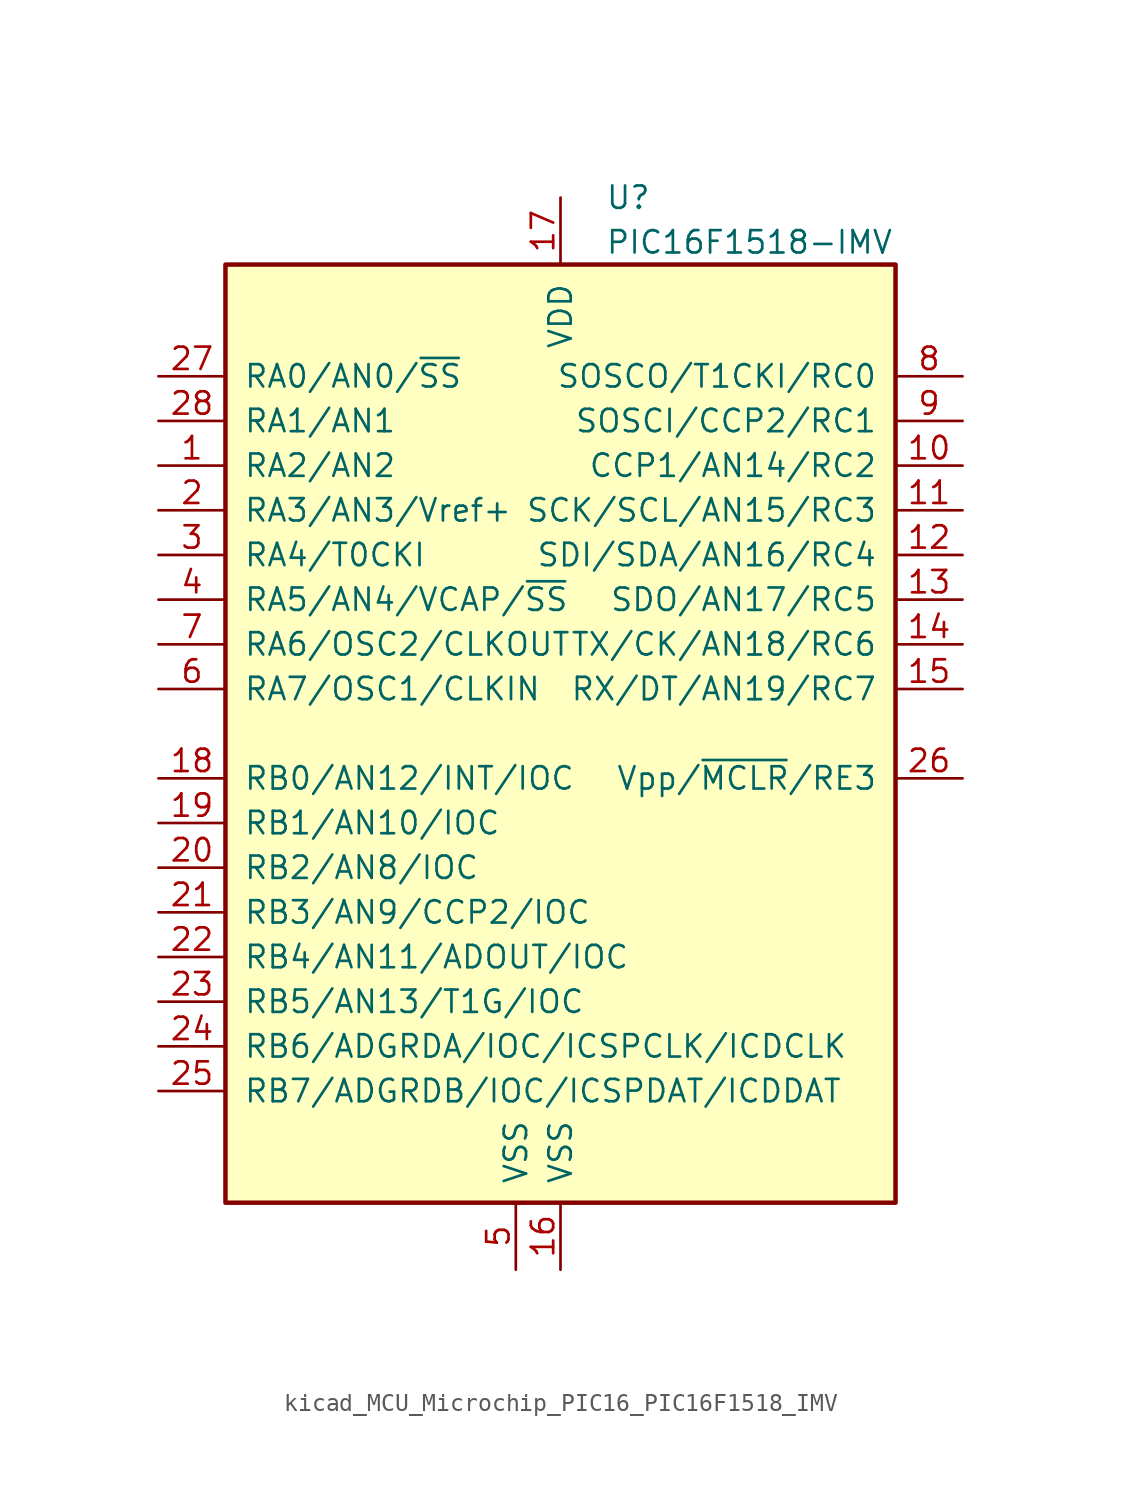
<source format=kicad_sym>
(kicad_symbol_lib
  (version 20220914)
  (generator kicad_symbol_editor)
  (symbol "kicad_MCU_Microchip_PIC16_PIC16F1518_IMV"
    (pin_names
      (offset 1.016))
    (property "Reference" "U"
      (at 2.54 30.48 0)
      (effects (font (size 1.27 1.27)) (justify left)))
    (property "Value" "PIC16F1518-IMV"
      (at 2.54 27.94 0)
      (effects (font (size 1.27 1.27)) (justify left)))
    (symbol "kicad_MCU_Microchip_PIC16_PIC16F1518_IMV_0_1"
      (rectangle (start -19.05 26.67) (end 19.05 -26.67) (stroke (width 0.254) (type default)) (fill (type background))))
    (symbol "kicad_MCU_Microchip_PIC16_PIC16F1518_IMV_1_1"
      (pin bidirectional line (at -22.86 15.24 0) (length 3.81) (name "RA2/AN2" (effects (font (size 1.27 1.27)))) (number "1" (effects (font (size 1.27 1.27)))))
      (pin bidirectional line (at 22.86 15.24 180) (length 3.81) (name "CCP1/AN14/RC2" (effects (font (size 1.27 1.27)))) (number "10" (effects (font (size 1.27 1.27)))))
      (pin bidirectional line (at 22.86 12.7 180) (length 3.81) (name "SCK/SCL/AN15/RC3" (effects (font (size 1.27 1.27)))) (number "11" (effects (font (size 1.27 1.27)))))
      (pin bidirectional line (at 22.86 10.16 180) (length 3.81) (name "SDI/SDA/AN16/RC4" (effects (font (size 1.27 1.27)))) (number "12" (effects (font (size 1.27 1.27)))))
      (pin bidirectional line (at 22.86 7.62 180) (length 3.81) (name "SDO/AN17/RC5" (effects (font (size 1.27 1.27)))) (number "13" (effects (font (size 1.27 1.27)))))
      (pin bidirectional line (at 22.86 5.08 180) (length 3.81) (name "TX/CK/AN18/RC6" (effects (font (size 1.27 1.27)))) (number "14" (effects (font (size 1.27 1.27)))))
      (pin bidirectional line (at 22.86 2.54 180) (length 3.81) (name "RX/DT/AN19/RC7" (effects (font (size 1.27 1.27)))) (number "15" (effects (font (size 1.27 1.27)))))
      (pin power_in line (at 0 -30.48 90) (length 3.81) (name "VSS" (effects (font (size 1.27 1.27)))) (number "16" (effects (font (size 1.27 1.27)))))
      (pin power_in line (at 0 30.48 270) (length 3.81) (name "VDD" (effects (font (size 1.27 1.27)))) (number "17" (effects (font (size 1.27 1.27)))))
      (pin bidirectional line (at -22.86 -2.54 0) (length 3.81) (name "RB0/AN12/INT/IOC" (effects (font (size 1.27 1.27)))) (number "18" (effects (font (size 1.27 1.27)))))
      (pin bidirectional line (at -22.86 -5.08 0) (length 3.81) (name "RB1/AN10/IOC" (effects (font (size 1.27 1.27)))) (number "19" (effects (font (size 1.27 1.27)))))
      (pin bidirectional line (at -22.86 12.7 0) (length 3.81) (name "RA3/AN3/Vref+" (effects (font (size 1.27 1.27)))) (number "2" (effects (font (size 1.27 1.27)))))
      (pin bidirectional line (at -22.86 -7.62 0) (length 3.81) (name "RB2/AN8/IOC" (effects (font (size 1.27 1.27)))) (number "20" (effects (font (size 1.27 1.27)))))
      (pin bidirectional line (at -22.86 -10.16 0) (length 3.81) (name "RB3/AN9/CCP2/IOC" (effects (font (size 1.27 1.27)))) (number "21" (effects (font (size 1.27 1.27)))))
      (pin bidirectional line (at -22.86 -12.7 0) (length 3.81) (name "RB4/AN11/ADOUT/IOC" (effects (font (size 1.27 1.27)))) (number "22" (effects (font (size 1.27 1.27)))))
      (pin bidirectional line (at -22.86 -15.24 0) (length 3.81) (name "RB5/AN13/T1G/IOC" (effects (font (size 1.27 1.27)))) (number "23" (effects (font (size 1.27 1.27)))))
      (pin bidirectional line (at -22.86 -17.78 0) (length 3.81) (name "RB6/ADGRDA/IOC/ICSPCLK/ICDCLK" (effects (font (size 1.27 1.27)))) (number "24" (effects (font (size 1.27 1.27)))))
      (pin bidirectional line (at -22.86 -20.32 0) (length 3.81) (name "RB7/ADGRDB/IOC/ICSPDAT/ICDDAT" (effects (font (size 1.27 1.27)))) (number "25" (effects (font (size 1.27 1.27)))))
      (pin input line (at 22.86 -2.54 180) (length 3.81) (name "Vpp/~{MCLR}/RE3" (effects (font (size 1.27 1.27)))) (number "26" (effects (font (size 1.27 1.27)))))
      (pin bidirectional line (at -22.86 20.32 0) (length 3.81) (name "RA0/AN0/~{SS}" (effects (font (size 1.27 1.27)))) (number "27" (effects (font (size 1.27 1.27)))))
      (pin bidirectional line (at -22.86 17.78 0) (length 3.81) (name "RA1/AN1" (effects (font (size 1.27 1.27)))) (number "28" (effects (font (size 1.27 1.27)))))
      (pin bidirectional line (at -22.86 10.16 0) (length 3.81) (name "RA4/T0CKI" (effects (font (size 1.27 1.27)))) (number "3" (effects (font (size 1.27 1.27)))))
      (pin bidirectional line (at -22.86 7.62 0) (length 3.81) (name "RA5/AN4/VCAP/~{SS}" (effects (font (size 1.27 1.27)))) (number "4" (effects (font (size 1.27 1.27)))))
      (pin power_in line (at -2.54 -30.48 90) (length 3.81) (name "VSS" (effects (font (size 1.27 1.27)))) (number "5" (effects (font (size 1.27 1.27)))))
      (pin bidirectional line (at -22.86 2.54 0) (length 3.81) (name "RA7/OSC1/CLKIN" (effects (font (size 1.27 1.27)))) (number "6" (effects (font (size 1.27 1.27)))))
      (pin bidirectional line (at -22.86 5.08 0) (length 3.81) (name "RA6/OSC2/CLKOUT" (effects (font (size 1.27 1.27)))) (number "7" (effects (font (size 1.27 1.27)))))
      (pin bidirectional line (at 22.86 20.32 180) (length 3.81) (name "SOSCO/T1CKI/RC0" (effects (font (size 1.27 1.27)))) (number "8" (effects (font (size 1.27 1.27)))))
      (pin bidirectional line (at 22.86 17.78 180) (length 3.81) (name "SOSCI/CCP2/RC1" (effects (font (size 1.27 1.27)))) (number "9" (effects (font (size 1.27 1.27))))))))
</source>
